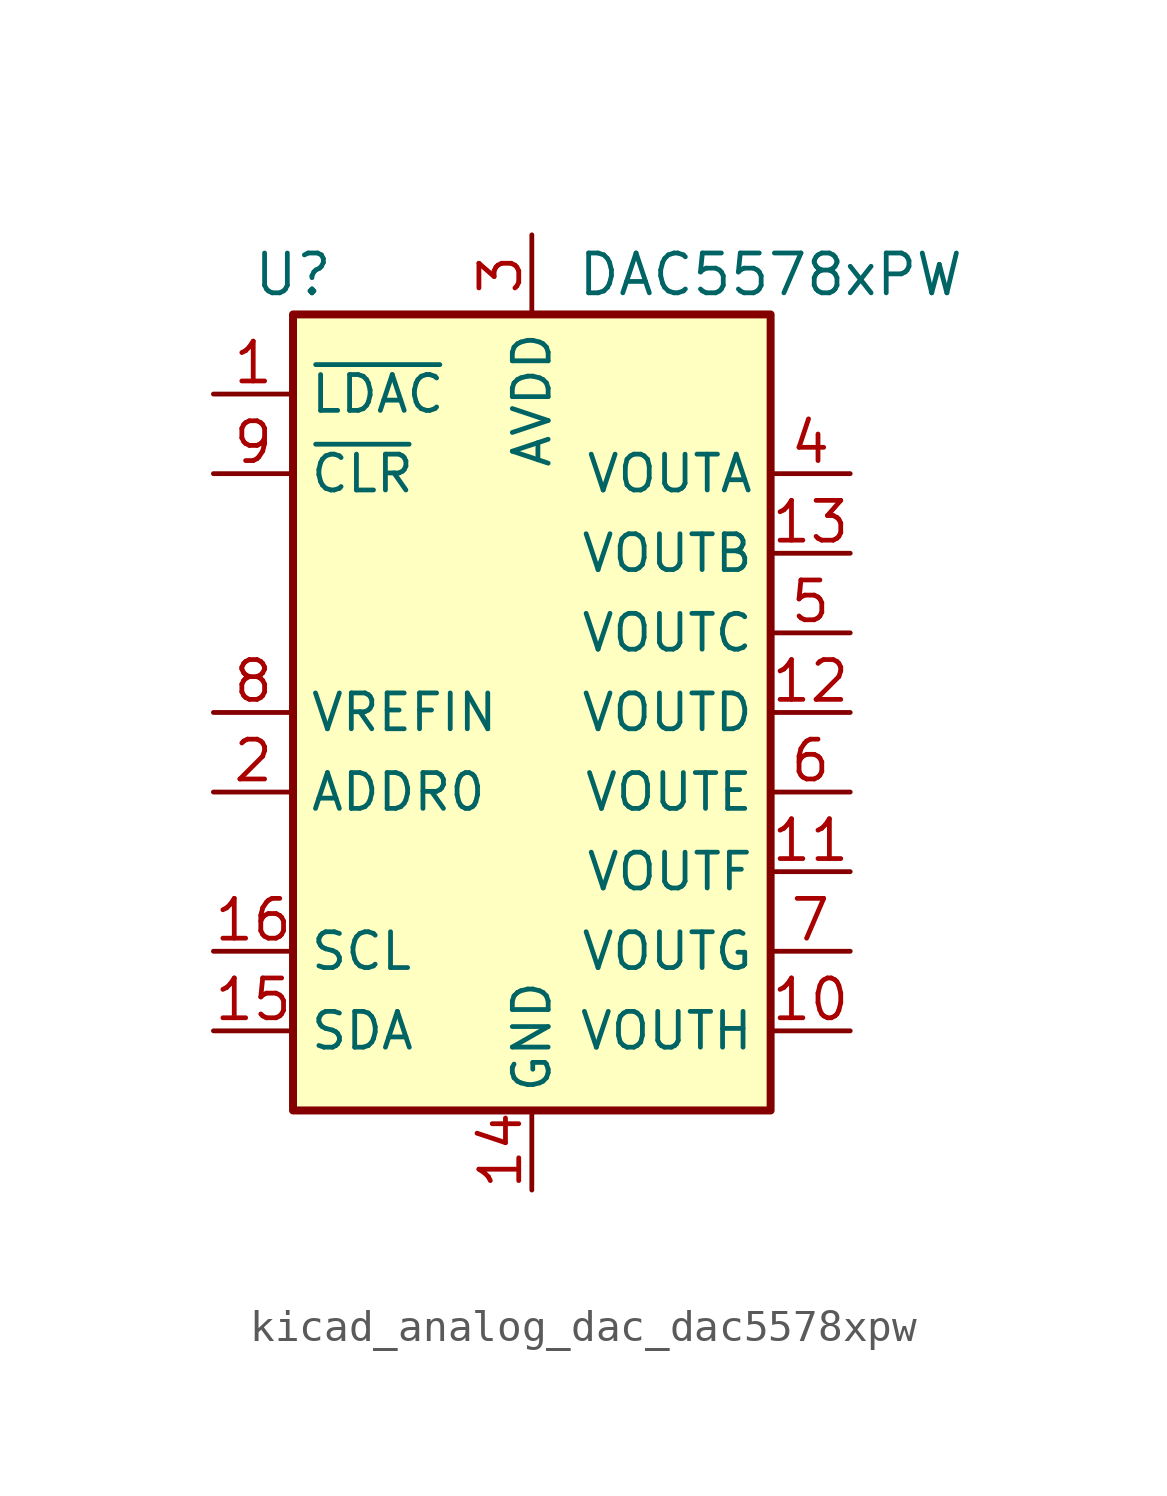
<source format=kicad_sym>
(kicad_symbol_lib
  (version 20220914)
  (generator kicad_symbol_editor)
  (symbol "kicad_analog_dac_dac5578xpw"
    (property "Reference" "U"
      (at -7.62 13.97 0)
      (effects (font (size 1.27 1.27))))
    (property "Value" "DAC5578xPW"
      (at 7.62 13.97 0)
      (effects (font (size 1.27 1.27))))
    (symbol "kicad_analog_dac_dac5578xpw_0_1"
      (rectangle (start -7.62 12.7) (end 7.62 -12.7) (stroke (width 0.254) (type default)) (fill (type background))))
    (symbol "kicad_analog_dac_dac5578xpw_1_1"
      (pin input line (at -10.16 10.16 0) (length 2.54) (name "~{LDAC}" (effects (font (size 1.143 1.143)))) (number "1" (effects (font (size 1.27 1.27)))))
      (pin output line (at 10.16 -10.16 180) (length 2.54) (name "VOUTH" (effects (font (size 1.143 1.143)))) (number "10" (effects (font (size 1.27 1.27)))))
      (pin output line (at 10.16 -5.08 180) (length 2.54) (name "VOUTF" (effects (font (size 1.143 1.143)))) (number "11" (effects (font (size 1.27 1.27)))))
      (pin output line (at 10.16 0 180) (length 2.54) (name "VOUTD" (effects (font (size 1.143 1.143)))) (number "12" (effects (font (size 1.27 1.27)))))
      (pin output line (at 10.16 5.08 180) (length 2.54) (name "VOUTB" (effects (font (size 1.143 1.143)))) (number "13" (effects (font (size 1.27 1.27)))))
      (pin power_in line (at 0 -15.24 90) (length 2.54) (name "GND" (effects (font (size 1.143 1.143)))) (number "14" (effects (font (size 1.27 1.27)))))
      (pin bidirectional line (at -10.16 -10.16 0) (length 2.54) (name "SDA" (effects (font (size 1.143 1.143)))) (number "15" (effects (font (size 1.27 1.27)))))
      (pin input line (at -10.16 -7.62 0) (length 2.54) (name "SCL" (effects (font (size 1.143 1.143)))) (number "16" (effects (font (size 1.27 1.27)))))
      (pin input line (at -10.16 -2.54 0) (length 2.54) (name "ADDR0" (effects (font (size 1.143 1.143)))) (number "2" (effects (font (size 1.27 1.27)))))
      (pin power_in line (at 0 15.24 270) (length 2.54) (name "AVDD" (effects (font (size 1.143 1.143)))) (number "3" (effects (font (size 1.27 1.27)))))
      (pin output line (at 10.16 7.62 180) (length 2.54) (name "VOUTA" (effects (font (size 1.143 1.143)))) (number "4" (effects (font (size 1.27 1.27)))))
      (pin output line (at 10.16 2.54 180) (length 2.54) (name "VOUTC" (effects (font (size 1.143 1.143)))) (number "5" (effects (font (size 1.27 1.27)))))
      (pin output line (at 10.16 -2.54 180) (length 2.54) (name "VOUTE" (effects (font (size 1.143 1.143)))) (number "6" (effects (font (size 1.27 1.27)))))
      (pin output line (at 10.16 -7.62 180) (length 2.54) (name "VOUTG" (effects (font (size 1.143 1.143)))) (number "7" (effects (font (size 1.27 1.27)))))
      (pin input line (at -10.16 0 0) (length 2.54) (name "VREFIN" (effects (font (size 1.143 1.143)))) (number "8" (effects (font (size 1.27 1.27)))))
      (pin input line (at -10.16 7.62 0) (length 2.54) (name "~{CLR}" (effects (font (size 1.143 1.143)))) (number "9" (effects (font (size 1.27 1.27))))))))
</source>
